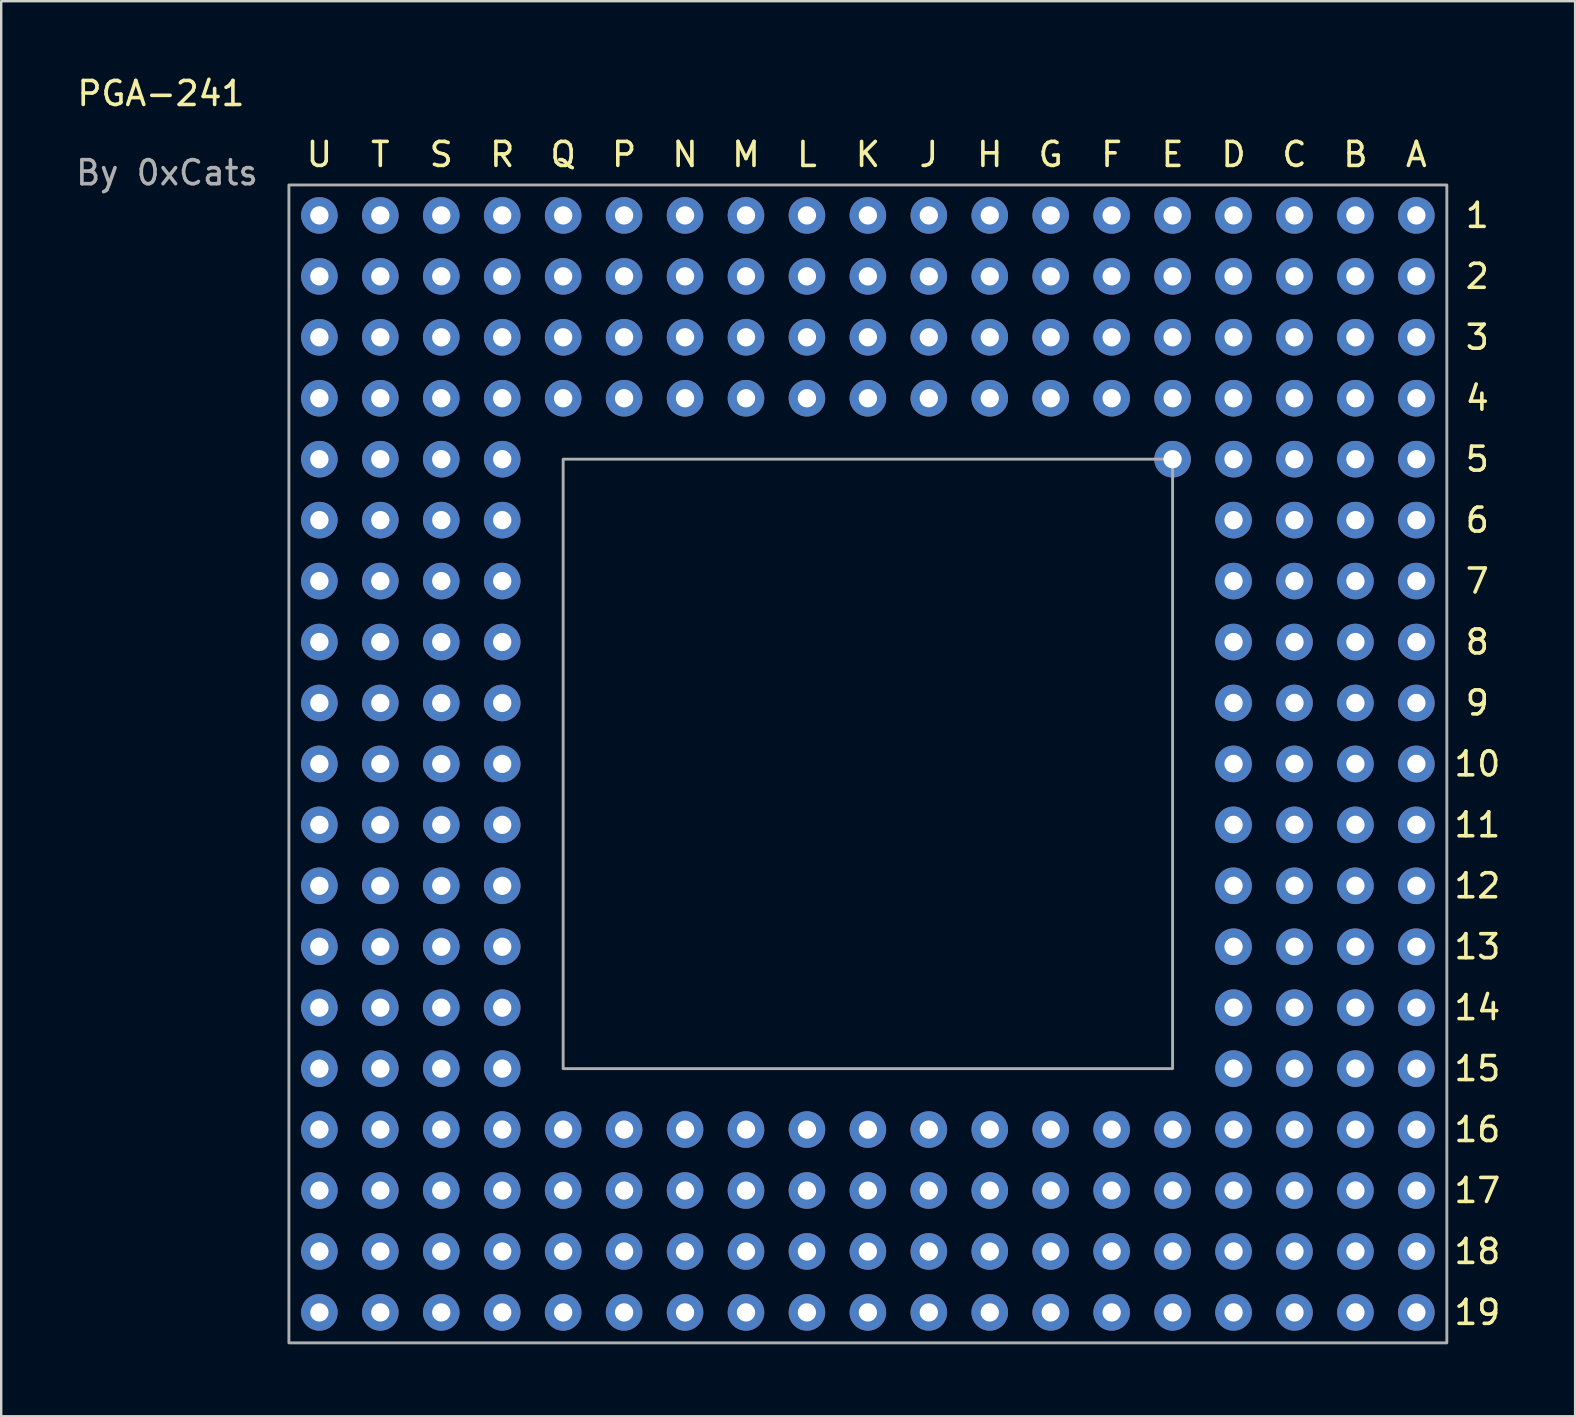
<source format=kicad_pcb>
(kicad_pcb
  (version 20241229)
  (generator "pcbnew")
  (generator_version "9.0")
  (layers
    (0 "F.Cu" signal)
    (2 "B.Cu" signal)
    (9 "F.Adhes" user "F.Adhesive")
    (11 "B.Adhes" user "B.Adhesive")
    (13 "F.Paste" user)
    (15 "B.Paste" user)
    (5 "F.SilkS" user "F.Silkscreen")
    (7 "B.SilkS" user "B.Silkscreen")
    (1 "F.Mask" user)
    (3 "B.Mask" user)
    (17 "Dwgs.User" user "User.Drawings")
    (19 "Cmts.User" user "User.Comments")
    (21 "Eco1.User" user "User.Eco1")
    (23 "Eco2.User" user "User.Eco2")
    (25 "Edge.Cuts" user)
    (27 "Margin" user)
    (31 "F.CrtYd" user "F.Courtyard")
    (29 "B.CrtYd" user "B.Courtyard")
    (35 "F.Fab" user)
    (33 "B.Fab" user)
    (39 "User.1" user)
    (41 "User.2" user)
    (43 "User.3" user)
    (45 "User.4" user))
  (footprint "PGA-241"
    (layer "F.Cu")
    (at 10.261 5.928)
    (property "Reference" "PGA-241" (at -6.604 -5.08 0) (unlocked yes) (layer "F.SilkS") (effects (font (size 1 1) (thickness 0.15))))
    (attr through_hole)
    (fp_rect (start -1.27 -1.27) (end 46.99 46.99) (stroke (width 0.12) (type solid)) (fill no) (layer "F.Fab"))
    (fp_rect (start 10.16 10.16) (end 35.56 35.56) (stroke (width 0.12) (type solid)) (fill no) (layer "F.Fab"))
    (fp_text user "A" (at 45.72 -2.54 0) (unlocked yes) (layer "F.SilkS") (effects (font (size 1 1) (thickness 0.15))))
    (fp_text user "B" (at 43.18 -2.54 0) (unlocked yes) (layer "F.SilkS") (effects (font (size 1 1) (thickness 0.15))))
    (fp_text user "T" (at 2.54 -2.54 0) (unlocked yes) (layer "F.SilkS") (effects (font (size 1 1) (thickness 0.15))))
    (fp_text user "13" (at 48.26 30.48 0) (unlocked yes) (layer "F.SilkS") (effects (font (size 1 1) (thickness 0.15))))
    (fp_text user "P" (at 12.7 -2.54 0) (unlocked yes) (layer "F.SilkS") (effects (font (size 1 1) (thickness 0.15))))
    (fp_text user "U" (at 0 -2.54 0) (unlocked yes) (layer "F.SilkS") (effects (font (size 1 1) (thickness 0.15))))
    (fp_text user "10" (at 48.26 22.86 0) (unlocked yes) (layer "F.SilkS") (effects (font (size 1 1) (thickness 0.15))))
    (fp_text user "M" (at 17.78 -2.54 0) (unlocked yes) (layer "F.SilkS") (effects (font (size 1 1) (thickness 0.15))))
    (fp_text user "18" (at 48.26 43.18 0) (unlocked yes) (layer "F.SilkS") (effects (font (size 1 1) (thickness 0.15))))
    (fp_text user "5" (at 48.26 10.16 0) (unlocked yes) (layer "F.SilkS") (effects (font (size 1 1) (thickness 0.15))))
    (fp_text user "6" (at 48.26 12.7 0) (unlocked yes) (layer "F.SilkS") (effects (font (size 1 1) (thickness 0.15))))
    (fp_text user "11" (at 48.26 25.4 0) (unlocked yes) (layer "F.SilkS") (effects (font (size 1 1) (thickness 0.15))))
    (fp_text user "2" (at 48.26 2.54 0) (unlocked yes) (layer "F.SilkS") (effects (font (size 1 1) (thickness 0.15))))
    (fp_text user "9" (at 48.26 20.32 0) (unlocked yes) (layer "F.SilkS") (effects (font (size 1 1) (thickness 0.15))))
    (fp_text user "K" (at 22.86 -2.54 0) (unlocked yes) (layer "F.SilkS") (effects (font (size 1 1) (thickness 0.15))))
    (fp_text user "3" (at 48.26 5.08 0) (unlocked yes) (layer "F.SilkS") (effects (font (size 1 1) (thickness 0.15))))
    (fp_text user "15" (at 48.26 35.56 0) (unlocked yes) (layer "F.SilkS") (effects (font (size 1 1) (thickness 0.15))))
    (fp_text user "17" (at 48.26 40.64 0) (unlocked yes) (layer "F.SilkS") (effects (font (size 1 1) (thickness 0.15))))
    (fp_text user "G" (at 30.48 -2.54 0) (unlocked yes) (layer "F.SilkS") (effects (font (size 1 1) (thickness 0.15))))
    (fp_text user "7" (at 48.26 15.24 0) (unlocked yes) (layer "F.SilkS") (effects (font (size 1 1) (thickness 0.15))))
    (fp_text user "F" (at 33.02 -2.54 0) (unlocked yes) (layer "F.SilkS") (effects (font (size 1 1) (thickness 0.15))))
    (fp_text user "1" (at 48.26 0 0) (unlocked yes) (layer "F.SilkS") (effects (font (size 1 1) (thickness 0.15))))
    (fp_text user "16" (at 48.26 38.1 0) (unlocked yes) (layer "F.SilkS") (effects (font (size 1 1) (thickness 0.15))))
    (fp_text user "12" (at 48.26 27.94 0) (unlocked yes) (layer "F.SilkS") (effects (font (size 1 1) (thickness 0.15))))
    (fp_text user "14" (at 48.26 33.02 0) (unlocked yes) (layer "F.SilkS") (effects (font (size 1 1) (thickness 0.15))))
    (fp_text user "D" (at 38.1 -2.54 0) (unlocked yes) (layer "F.SilkS") (effects (font (size 1 1) (thickness 0.15))))
    (fp_text user "19" (at 48.26 45.72 0) (unlocked yes) (layer "F.SilkS") (effects (font (size 1 1) (thickness 0.15))))
    (fp_text user "E" (at 35.56 -2.54 0) (unlocked yes) (layer "F.SilkS") (effects (font (size 1 1) (thickness 0.15))))
    (fp_text user "S" (at 5.08 -2.54 0) (unlocked yes) (layer "F.SilkS") (effects (font (size 1 1) (thickness 0.15))))
    (fp_text user "H" (at 27.94 -2.54 0) (unlocked yes) (layer "F.SilkS") (effects (font (size 1 1) (thickness 0.15))))
    (fp_text user "L" (at 20.32 -2.54 0) (unlocked yes) (layer "F.SilkS") (effects (font (size 1 1) (thickness 0.15))))
    (fp_text user "Q" (at 10.16 -2.54 0) (unlocked yes) (layer "F.SilkS") (effects (font (size 1 1) (thickness 0.15))))
    (fp_text user "4" (at 48.26 7.62 0) (unlocked yes) (layer "F.SilkS") (effects (font (size 1 1) (thickness 0.15))))
    (fp_text user "C" (at 40.64 -2.54 0) (unlocked yes) (layer "F.SilkS") (effects (font (size 1 1) (thickness 0.15))))
    (fp_text user "8" (at 48.26 17.78 0) (unlocked yes) (layer "F.SilkS") (effects (font (size 1 1) (thickness 0.15))))
    (fp_text user "J" (at 25.4 -2.54 0) (unlocked yes) (layer "F.SilkS") (effects (font (size 1 1) (thickness 0.15))))
    (fp_text user "N" (at 15.24 -2.54 0) (unlocked yes) (layer "F.SilkS") (effects (font (size 1 1) (thickness 0.15))))
    (fp_text user "R" (at 7.62 -2.54 0) (unlocked yes) (layer "F.SilkS") (effects (font (size 1 1) (thickness 0.15))))
    (fp_text user "By 0xCats" (at -6.35 -1.778 0) (unlocked yes) (layer "F.Fab") (effects (font (size 1 1) (thickness 0.15))))
    (pad "A1" thru_hole circle (at 45.72 0) (size 1.524 1.524) (drill 0.762) (layers "*.Cu" "*.Mask"))
    (pad "A2" thru_hole circle (at 45.72 2.54) (size 1.524 1.524) (drill 0.762) (layers "*.Cu" "*.Mask"))
    (pad "A3" thru_hole circle (at 45.72 5.08) (size 1.524 1.524) (drill 0.762) (layers "*.Cu" "*.Mask"))
    (pad "A4" thru_hole circle (at 45.72 7.62) (size 1.524 1.524) (drill 0.762) (layers "*.Cu" "*.Mask"))
    (pad "A5" thru_hole circle (at 45.72 10.16) (size 1.524 1.524) (drill 0.762) (layers "*.Cu" "*.Mask"))
    (pad "A6" thru_hole circle (at 45.72 12.7) (size 1.524 1.524) (drill 0.762) (layers "*.Cu" "*.Mask"))
    (pad "A7" thru_hole circle (at 45.72 15.24) (size 1.524 1.524) (drill 0.762) (layers "*.Cu" "*.Mask"))
    (pad "A8" thru_hole circle (at 45.72 17.78) (size 1.524 1.524) (drill 0.762) (layers "*.Cu" "*.Mask"))
    (pad "A9" thru_hole circle (at 45.72 20.32) (size 1.524 1.524) (drill 0.762) (layers "*.Cu" "*.Mask"))
    (pad "A10" thru_hole circle (at 45.72 22.86) (size 1.524 1.524) (drill 0.762) (layers "*.Cu" "*.Mask"))
    (pad "A11" thru_hole circle (at 45.72 25.4) (size 1.524 1.524) (drill 0.762) (layers "*.Cu" "*.Mask"))
    (pad "A12" thru_hole circle (at 45.72 27.94) (size 1.524 1.524) (drill 0.762) (layers "*.Cu" "*.Mask"))
    (pad "A13" thru_hole circle (at 45.72 30.48) (size 1.524 1.524) (drill 0.762) (layers "*.Cu" "*.Mask"))
    (pad "A14" thru_hole circle (at 45.72 33.02) (size 1.524 1.524) (drill 0.762) (layers "*.Cu" "*.Mask"))
    (pad "A15" thru_hole circle (at 45.72 35.56) (size 1.524 1.524) (drill 0.762) (layers "*.Cu" "*.Mask"))
    (pad "A16" thru_hole circle (at 45.72 38.1) (size 1.524 1.524) (drill 0.762) (layers "*.Cu" "*.Mask"))
    (pad "A17" thru_hole circle (at 45.72 40.64) (size 1.524 1.524) (drill 0.762) (layers "*.Cu" "*.Mask"))
    (pad "A18" thru_hole circle (at 45.72 43.18) (size 1.524 1.524) (drill 0.762) (layers "*.Cu" "*.Mask"))
    (pad "A19" thru_hole circle (at 45.72 45.72) (size 1.524 1.524) (drill 0.762) (layers "*.Cu" "*.Mask"))
    (pad "B1" thru_hole circle (at 43.18 0) (size 1.524 1.524) (drill 0.762) (layers "*.Cu" "*.Mask"))
    (pad "B2" thru_hole circle (at 43.18 2.54) (size 1.524 1.524) (drill 0.762) (layers "*.Cu" "*.Mask"))
    (pad "B3" thru_hole circle (at 43.18 5.08) (size 1.524 1.524) (drill 0.762) (layers "*.Cu" "*.Mask"))
    (pad "B4" thru_hole circle (at 43.18 7.62) (size 1.524 1.524) (drill 0.762) (layers "*.Cu" "*.Mask"))
    (pad "B5" thru_hole circle (at 43.18 10.16) (size 1.524 1.524) (drill 0.762) (layers "*.Cu" "*.Mask"))
    (pad "B6" thru_hole circle (at 43.18 12.7) (size 1.524 1.524) (drill 0.762) (layers "*.Cu" "*.Mask"))
    (pad "B7" thru_hole circle (at 43.18 15.24) (size 1.524 1.524) (drill 0.762) (layers "*.Cu" "*.Mask"))
    (pad "B8" thru_hole circle (at 43.18 17.78) (size 1.524 1.524) (drill 0.762) (layers "*.Cu" "*.Mask"))
    (pad "B9" thru_hole circle (at 43.18 20.32) (size 1.524 1.524) (drill 0.762) (layers "*.Cu" "*.Mask"))
    (pad "B10" thru_hole circle (at 43.18 22.86) (size 1.524 1.524) (drill 0.762) (layers "*.Cu" "*.Mask"))
    (pad "B11" thru_hole circle (at 43.18 25.4) (size 1.524 1.524) (drill 0.762) (layers "*.Cu" "*.Mask"))
    (pad "B12" thru_hole circle (at 43.18 27.94) (size 1.524 1.524) (drill 0.762) (layers "*.Cu" "*.Mask"))
    (pad "B13" thru_hole circle (at 43.18 30.48) (size 1.524 1.524) (drill 0.762) (layers "*.Cu" "*.Mask"))
    (pad "B14" thru_hole circle (at 43.18 33.02) (size 1.524 1.524) (drill 0.762) (layers "*.Cu" "*.Mask"))
    (pad "B15" thru_hole circle (at 43.18 35.56) (size 1.524 1.524) (drill 0.762) (layers "*.Cu" "*.Mask"))
    (pad "B16" thru_hole circle (at 43.18 38.1) (size 1.524 1.524) (drill 0.762) (layers "*.Cu" "*.Mask"))
    (pad "B17" thru_hole circle (at 43.18 40.64) (size 1.524 1.524) (drill 0.762) (layers "*.Cu" "*.Mask"))
    (pad "B18" thru_hole circle (at 43.18 43.18) (size 1.524 1.524) (drill 0.762) (layers "*.Cu" "*.Mask"))
    (pad "B19" thru_hole circle (at 43.18 45.72) (size 1.524 1.524) (drill 0.762) (layers "*.Cu" "*.Mask"))
    (pad "C1" thru_hole circle (at 40.64 0) (size 1.524 1.524) (drill 0.762) (layers "*.Cu" "*.Mask"))
    (pad "C2" thru_hole circle (at 40.64 2.54) (size 1.524 1.524) (drill 0.762) (layers "*.Cu" "*.Mask"))
    (pad "C3" thru_hole circle (at 40.64 5.08) (size 1.524 1.524) (drill 0.762) (layers "*.Cu" "*.Mask"))
    (pad "C4" thru_hole circle (at 40.64 7.62) (size 1.524 1.524) (drill 0.762) (layers "*.Cu" "*.Mask"))
    (pad "C5" thru_hole circle (at 40.64 10.16) (size 1.524 1.524) (drill 0.762) (layers "*.Cu" "*.Mask"))
    (pad "C6" thru_hole circle (at 40.64 12.7) (size 1.524 1.524) (drill 0.762) (layers "*.Cu" "*.Mask"))
    (pad "C7" thru_hole circle (at 40.64 15.24) (size 1.524 1.524) (drill 0.762) (layers "*.Cu" "*.Mask"))
    (pad "C8" thru_hole circle (at 40.64 17.78) (size 1.524 1.524) (drill 0.762) (layers "*.Cu" "*.Mask"))
    (pad "C9" thru_hole circle (at 40.64 20.32) (size 1.524 1.524) (drill 0.762) (layers "*.Cu" "*.Mask"))
    (pad "C10" thru_hole circle (at 40.64 22.86) (size 1.524 1.524) (drill 0.762) (layers "*.Cu" "*.Mask"))
    (pad "C11" thru_hole circle (at 40.64 25.4) (size 1.524 1.524) (drill 0.762) (layers "*.Cu" "*.Mask"))
    (pad "C12" thru_hole circle (at 40.64 27.94) (size 1.524 1.524) (drill 0.762) (layers "*.Cu" "*.Mask"))
    (pad "C13" thru_hole circle (at 40.64 30.48) (size 1.524 1.524) (drill 0.762) (layers "*.Cu" "*.Mask"))
    (pad "C14" thru_hole circle (at 40.64 33.02) (size 1.524 1.524) (drill 0.762) (layers "*.Cu" "*.Mask"))
    (pad "C15" thru_hole circle (at 40.64 35.56) (size 1.524 1.524) (drill 0.762) (layers "*.Cu" "*.Mask"))
    (pad "C16" thru_hole circle (at 40.64 38.1) (size 1.524 1.524) (drill 0.762) (layers "*.Cu" "*.Mask"))
    (pad "C17" thru_hole circle (at 40.64 40.64) (size 1.524 1.524) (drill 0.762) (layers "*.Cu" "*.Mask"))
    (pad "C18" thru_hole circle (at 40.64 43.18) (size 1.524 1.524) (drill 0.762) (layers "*.Cu" "*.Mask"))
    (pad "C19" thru_hole circle (at 40.64 45.72) (size 1.524 1.524) (drill 0.762) (layers "*.Cu" "*.Mask"))
    (pad "D1" thru_hole circle (at 38.1 0) (size 1.524 1.524) (drill 0.762) (layers "*.Cu" "*.Mask"))
    (pad "D2" thru_hole circle (at 38.1 2.54) (size 1.524 1.524) (drill 0.762) (layers "*.Cu" "*.Mask"))
    (pad "D3" thru_hole circle (at 38.1 5.08) (size 1.524 1.524) (drill 0.762) (layers "*.Cu" "*.Mask"))
    (pad "D4" thru_hole circle (at 38.1 7.62) (size 1.524 1.524) (drill 0.762) (layers "*.Cu" "*.Mask"))
    (pad "D5" thru_hole circle (at 38.1 10.16) (size 1.524 1.524) (drill 0.762) (layers "*.Cu" "*.Mask"))
    (pad "D6" thru_hole circle (at 38.1 12.7) (size 1.524 1.524) (drill 0.762) (layers "*.Cu" "*.Mask"))
    (pad "D7" thru_hole circle (at 38.1 15.24) (size 1.524 1.524) (drill 0.762) (layers "*.Cu" "*.Mask"))
    (pad "D8" thru_hole circle (at 38.1 17.78) (size 1.524 1.524) (drill 0.762) (layers "*.Cu" "*.Mask"))
    (pad "D9" thru_hole circle (at 38.1 20.32) (size 1.524 1.524) (drill 0.762) (layers "*.Cu" "*.Mask"))
    (pad "D10" thru_hole circle (at 38.1 22.86) (size 1.524 1.524) (drill 0.762) (layers "*.Cu" "*.Mask"))
    (pad "D11" thru_hole circle (at 38.1 25.4) (size 1.524 1.524) (drill 0.762) (layers "*.Cu" "*.Mask"))
    (pad "D12" thru_hole circle (at 38.1 27.94) (size 1.524 1.524) (drill 0.762) (layers "*.Cu" "*.Mask"))
    (pad "D13" thru_hole circle (at 38.1 30.48) (size 1.524 1.524) (drill 0.762) (layers "*.Cu" "*.Mask"))
    (pad "D14" thru_hole circle (at 38.1 33.02) (size 1.524 1.524) (drill 0.762) (layers "*.Cu" "*.Mask"))
    (pad "D15" thru_hole circle (at 38.1 35.56) (size 1.524 1.524) (drill 0.762) (layers "*.Cu" "*.Mask"))
    (pad "D16" thru_hole circle (at 38.1 38.1) (size 1.524 1.524) (drill 0.762) (layers "*.Cu" "*.Mask"))
    (pad "D17" thru_hole circle (at 38.1 40.64) (size 1.524 1.524) (drill 0.762) (layers "*.Cu" "*.Mask"))
    (pad "D18" thru_hole circle (at 38.1 43.18) (size 1.524 1.524) (drill 0.762) (layers "*.Cu" "*.Mask"))
    (pad "D19" thru_hole circle (at 38.1 45.72) (size 1.524 1.524) (drill 0.762) (layers "*.Cu" "*.Mask"))
    (pad "E1" thru_hole circle (at 35.56 0) (size 1.524 1.524) (drill 0.762) (layers "*.Cu" "*.Mask"))
    (pad "E2" thru_hole circle (at 35.56 2.54) (size 1.524 1.524) (drill 0.762) (layers "*.Cu" "*.Mask"))
    (pad "E3" thru_hole circle (at 35.56 5.08) (size 1.524 1.524) (drill 0.762) (layers "*.Cu" "*.Mask"))
    (pad "E4" thru_hole circle (at 35.56 7.62) (size 1.524 1.524) (drill 0.762) (layers "*.Cu" "*.Mask"))
    (pad "E5" thru_hole circle (at 35.56 10.16) (size 1.524 1.524) (drill 0.762) (layers "*.Cu" "*.Mask"))
    (pad "E16" thru_hole circle (at 35.56 38.1) (size 1.524 1.524) (drill 0.762) (layers "*.Cu" "*.Mask"))
    (pad "E17" thru_hole circle (at 35.56 40.64) (size 1.524 1.524) (drill 0.762) (layers "*.Cu" "*.Mask"))
    (pad "E18" thru_hole circle (at 35.56 43.18) (size 1.524 1.524) (drill 0.762) (layers "*.Cu" "*.Mask"))
    (pad "E19" thru_hole circle (at 35.56 45.72) (size 1.524 1.524) (drill 0.762) (layers "*.Cu" "*.Mask"))
    (pad "F1" thru_hole circle (at 33.02 0) (size 1.524 1.524) (drill 0.762) (layers "*.Cu" "*.Mask"))
    (pad "F2" thru_hole circle (at 33.02 2.54) (size 1.524 1.524) (drill 0.762) (layers "*.Cu" "*.Mask"))
    (pad "F3" thru_hole circle (at 33.02 5.08) (size 1.524 1.524) (drill 0.762) (layers "*.Cu" "*.Mask"))
    (pad "F4" thru_hole circle (at 33.02 7.62) (size 1.524 1.524) (drill 0.762) (layers "*.Cu" "*.Mask"))
    (pad "F16" thru_hole circle (at 33.02 38.1) (size 1.524 1.524) (drill 0.762) (layers "*.Cu" "*.Mask"))
    (pad "F17" thru_hole circle (at 33.02 40.64) (size 1.524 1.524) (drill 0.762) (layers "*.Cu" "*.Mask"))
    (pad "F18" thru_hole circle (at 33.02 43.18) (size 1.524 1.524) (drill 0.762) (layers "*.Cu" "*.Mask"))
    (pad "F19" thru_hole circle (at 33.02 45.72) (size 1.524 1.524) (drill 0.762) (layers "*.Cu" "*.Mask"))
    (pad "G1" thru_hole circle (at 30.48 0) (size 1.524 1.524) (drill 0.762) (layers "*.Cu" "*.Mask"))
    (pad "G2" thru_hole circle (at 30.48 2.54) (size 1.524 1.524) (drill 0.762) (layers "*.Cu" "*.Mask"))
    (pad "G3" thru_hole circle (at 30.48 5.08) (size 1.524 1.524) (drill 0.762) (layers "*.Cu" "*.Mask"))
    (pad "G4" thru_hole circle (at 30.48 7.62) (size 1.524 1.524) (drill 0.762) (layers "*.Cu" "*.Mask"))
    (pad "G16" thru_hole circle (at 30.48 38.1) (size 1.524 1.524) (drill 0.762) (layers "*.Cu" "*.Mask"))
    (pad "G17" thru_hole circle (at 30.48 40.64) (size 1.524 1.524) (drill 0.762) (layers "*.Cu" "*.Mask"))
    (pad "G18" thru_hole circle (at 30.48 43.18) (size 1.524 1.524) (drill 0.762) (layers "*.Cu" "*.Mask"))
    (pad "G19" thru_hole circle (at 30.48 45.72) (size 1.524 1.524) (drill 0.762) (layers "*.Cu" "*.Mask"))
    (pad "H1" thru_hole circle (at 27.94 0) (size 1.524 1.524) (drill 0.762) (layers "*.Cu" "*.Mask"))
    (pad "H2" thru_hole circle (at 27.94 2.54) (size 1.524 1.524) (drill 0.762) (layers "*.Cu" "*.Mask"))
    (pad "H3" thru_hole circle (at 27.94 5.08) (size 1.524 1.524) (drill 0.762) (layers "*.Cu" "*.Mask"))
    (pad "H4" thru_hole circle (at 27.94 7.62) (size 1.524 1.524) (drill 0.762) (layers "*.Cu" "*.Mask"))
    (pad "H16" thru_hole circle (at 27.94 38.1) (size 1.524 1.524) (drill 0.762) (layers "*.Cu" "*.Mask"))
    (pad "H17" thru_hole circle (at 27.94 40.64) (size 1.524 1.524) (drill 0.762) (layers "*.Cu" "*.Mask"))
    (pad "H18" thru_hole circle (at 27.94 43.18) (size 1.524 1.524) (drill 0.762) (layers "*.Cu" "*.Mask"))
    (pad "H19" thru_hole circle (at 27.94 45.72) (size 1.524 1.524) (drill 0.762) (layers "*.Cu" "*.Mask"))
    (pad "J1" thru_hole circle (at 25.4 0) (size 1.524 1.524) (drill 0.762) (layers "*.Cu" "*.Mask"))
    (pad "J2" thru_hole circle (at 25.4 2.54) (size 1.524 1.524) (drill 0.762) (layers "*.Cu" "*.Mask"))
    (pad "J3" thru_hole circle (at 25.4 5.08) (size 1.524 1.524) (drill 0.762) (layers "*.Cu" "*.Mask"))
    (pad "J4" thru_hole circle (at 25.4 7.62) (size 1.524 1.524) (drill 0.762) (layers "*.Cu" "*.Mask"))
    (pad "J16" thru_hole circle (at 25.4 38.1) (size 1.524 1.524) (drill 0.762) (layers "*.Cu" "*.Mask"))
    (pad "J17" thru_hole circle (at 25.4 40.64) (size 1.524 1.524) (drill 0.762) (layers "*.Cu" "*.Mask"))
    (pad "J18" thru_hole circle (at 25.4 43.18) (size 1.524 1.524) (drill 0.762) (layers "*.Cu" "*.Mask"))
    (pad "J19" thru_hole circle (at 25.4 45.72) (size 1.524 1.524) (drill 0.762) (layers "*.Cu" "*.Mask"))
    (pad "K1" thru_hole circle (at 22.86 0) (size 1.524 1.524) (drill 0.762) (layers "*.Cu" "*.Mask"))
    (pad "K2" thru_hole circle (at 22.86 2.54) (size 1.524 1.524) (drill 0.762) (layers "*.Cu" "*.Mask"))
    (pad "K3" thru_hole circle (at 22.86 5.08) (size 1.524 1.524) (drill 0.762) (layers "*.Cu" "*.Mask"))
    (pad "K4" thru_hole circle (at 22.86 7.62) (size 1.524 1.524) (drill 0.762) (layers "*.Cu" "*.Mask"))
    (pad "K16" thru_hole circle (at 22.86 38.1) (size 1.524 1.524) (drill 0.762) (layers "*.Cu" "*.Mask"))
    (pad "K17" thru_hole circle (at 22.86 40.64) (size 1.524 1.524) (drill 0.762) (layers "*.Cu" "*.Mask"))
    (pad "K18" thru_hole circle (at 22.86 43.18) (size 1.524 1.524) (drill 0.762) (layers "*.Cu" "*.Mask"))
    (pad "K19" thru_hole circle (at 22.86 45.72) (size 1.524 1.524) (drill 0.762) (layers "*.Cu" "*.Mask"))
    (pad "L1" thru_hole circle (at 20.32 0) (size 1.524 1.524) (drill 0.762) (layers "*.Cu" "*.Mask"))
    (pad "L2" thru_hole circle (at 20.32 2.54) (size 1.524 1.524) (drill 0.762) (layers "*.Cu" "*.Mask"))
    (pad "L3" thru_hole circle (at 20.32 5.08) (size 1.524 1.524) (drill 0.762) (layers "*.Cu" "*.Mask"))
    (pad "L4" thru_hole circle (at 20.32 7.62) (size 1.524 1.524) (drill 0.762) (layers "*.Cu" "*.Mask"))
    (pad "L16" thru_hole circle (at 20.32 38.1) (size 1.524 1.524) (drill 0.762) (layers "*.Cu" "*.Mask"))
    (pad "L17" thru_hole circle (at 20.32 40.64) (size 1.524 1.524) (drill 0.762) (layers "*.Cu" "*.Mask"))
    (pad "L18" thru_hole circle (at 20.32 43.18) (size 1.524 1.524) (drill 0.762) (layers "*.Cu" "*.Mask"))
    (pad "L19" thru_hole circle (at 20.32 45.72) (size 1.524 1.524) (drill 0.762) (layers "*.Cu" "*.Mask"))
    (pad "M1" thru_hole circle (at 17.78 0) (size 1.524 1.524) (drill 0.762) (layers "*.Cu" "*.Mask"))
    (pad "M2" thru_hole circle (at 17.78 2.54) (size 1.524 1.524) (drill 0.762) (layers "*.Cu" "*.Mask"))
    (pad "M3" thru_hole circle (at 17.78 5.08) (size 1.524 1.524) (drill 0.762) (layers "*.Cu" "*.Mask"))
    (pad "M4" thru_hole circle (at 17.78 7.62) (size 1.524 1.524) (drill 0.762) (layers "*.Cu" "*.Mask"))
    (pad "M16" thru_hole circle (at 17.78 38.1) (size 1.524 1.524) (drill 0.762) (layers "*.Cu" "*.Mask"))
    (pad "M17" thru_hole circle (at 17.78 40.64) (size 1.524 1.524) (drill 0.762) (layers "*.Cu" "*.Mask"))
    (pad "M18" thru_hole circle (at 17.78 43.18) (size 1.524 1.524) (drill 0.762) (layers "*.Cu" "*.Mask"))
    (pad "M19" thru_hole circle (at 17.78 45.72) (size 1.524 1.524) (drill 0.762) (layers "*.Cu" "*.Mask"))
    (pad "N1" thru_hole circle (at 15.24 0) (size 1.524 1.524) (drill 0.762) (layers "*.Cu" "*.Mask"))
    (pad "N2" thru_hole circle (at 15.24 2.54) (size 1.524 1.524) (drill 0.762) (layers "*.Cu" "*.Mask"))
    (pad "N3" thru_hole circle (at 15.24 5.08) (size 1.524 1.524) (drill 0.762) (layers "*.Cu" "*.Mask"))
    (pad "N4" thru_hole circle (at 15.24 7.62) (size 1.524 1.524) (drill 0.762) (layers "*.Cu" "*.Mask"))
    (pad "N16" thru_hole circle (at 15.24 38.1) (size 1.524 1.524) (drill 0.762) (layers "*.Cu" "*.Mask"))
    (pad "N17" thru_hole circle (at 15.24 40.64) (size 1.524 1.524) (drill 0.762) (layers "*.Cu" "*.Mask"))
    (pad "N18" thru_hole circle (at 15.24 43.18) (size 1.524 1.524) (drill 0.762) (layers "*.Cu" "*.Mask"))
    (pad "N19" thru_hole circle (at 15.24 45.72) (size 1.524 1.524) (drill 0.762) (layers "*.Cu" "*.Mask"))
    (pad "P1" thru_hole circle (at 12.7 0) (size 1.524 1.524) (drill 0.762) (layers "*.Cu" "*.Mask"))
    (pad "P2" thru_hole circle (at 12.7 2.54) (size 1.524 1.524) (drill 0.762) (layers "*.Cu" "*.Mask"))
    (pad "P3" thru_hole circle (at 12.7 5.08) (size 1.524 1.524) (drill 0.762) (layers "*.Cu" "*.Mask"))
    (pad "P4" thru_hole circle (at 12.7 7.62) (size 1.524 1.524) (drill 0.762) (layers "*.Cu" "*.Mask"))
    (pad "P16" thru_hole circle (at 12.7 38.1) (size 1.524 1.524) (drill 0.762) (layers "*.Cu" "*.Mask"))
    (pad "P17" thru_hole circle (at 12.7 40.64) (size 1.524 1.524) (drill 0.762) (layers "*.Cu" "*.Mask"))
    (pad "P18" thru_hole circle (at 12.7 43.18) (size 1.524 1.524) (drill 0.762) (layers "*.Cu" "*.Mask"))
    (pad "P19" thru_hole circle (at 12.7 45.72) (size 1.524 1.524) (drill 0.762) (layers "*.Cu" "*.Mask"))
    (pad "Q1" thru_hole circle (at 10.16 0) (size 1.524 1.524) (drill 0.762) (layers "*.Cu" "*.Mask"))
    (pad "Q2" thru_hole circle (at 10.16 2.54) (size 1.524 1.524) (drill 0.762) (layers "*.Cu" "*.Mask"))
    (pad "Q3" thru_hole circle (at 10.16 5.08) (size 1.524 1.524) (drill 0.762) (layers "*.Cu" "*.Mask"))
    (pad "Q4" thru_hole circle (at 10.16 7.62) (size 1.524 1.524) (drill 0.762) (layers "*.Cu" "*.Mask"))
    (pad "Q16" thru_hole circle (at 10.16 38.1) (size 1.524 1.524) (drill 0.762) (layers "*.Cu" "*.Mask"))
    (pad "Q17" thru_hole circle (at 10.16 40.64) (size 1.524 1.524) (drill 0.762) (layers "*.Cu" "*.Mask"))
    (pad "Q18" thru_hole circle (at 10.16 43.18) (size 1.524 1.524) (drill 0.762) (layers "*.Cu" "*.Mask"))
    (pad "Q19" thru_hole circle (at 10.16 45.72) (size 1.524 1.524) (drill 0.762) (layers "*.Cu" "*.Mask"))
    (pad "R1" thru_hole circle (at 7.62 0) (size 1.524 1.524) (drill 0.762) (layers "*.Cu" "*.Mask"))
    (pad "R2" thru_hole circle (at 7.62 2.54) (size 1.524 1.524) (drill 0.762) (layers "*.Cu" "*.Mask"))
    (pad "R3" thru_hole circle (at 7.62 5.08) (size 1.524 1.524) (drill 0.762) (layers "*.Cu" "*.Mask"))
    (pad "R4" thru_hole circle (at 7.62 7.62) (size 1.524 1.524) (drill 0.762) (layers "*.Cu" "*.Mask"))
    (pad "R5" thru_hole circle (at 7.62 10.16) (size 1.524 1.524) (drill 0.762) (layers "*.Cu" "*.Mask"))
    (pad "R6" thru_hole circle (at 7.62 12.7) (size 1.524 1.524) (drill 0.762) (layers "*.Cu" "*.Mask"))
    (pad "R7" thru_hole circle (at 7.62 15.24) (size 1.524 1.524) (drill 0.762) (layers "*.Cu" "*.Mask"))
    (pad "R8" thru_hole circle (at 7.62 17.78) (size 1.524 1.524) (drill 0.762) (layers "*.Cu" "*.Mask"))
    (pad "R9" thru_hole circle (at 7.62 20.32) (size 1.524 1.524) (drill 0.762) (layers "*.Cu" "*.Mask"))
    (pad "R10" thru_hole circle (at 7.62 22.86) (size 1.524 1.524) (drill 0.762) (layers "*.Cu" "*.Mask"))
    (pad "R11" thru_hole circle (at 7.62 25.4) (size 1.524 1.524) (drill 0.762) (layers "*.Cu" "*.Mask"))
    (pad "R12" thru_hole circle (at 7.62 27.94) (size 1.524 1.524) (drill 0.762) (layers "*.Cu" "*.Mask"))
    (pad "R13" thru_hole circle (at 7.62 30.48) (size 1.524 1.524) (drill 0.762) (layers "*.Cu" "*.Mask"))
    (pad "R14" thru_hole circle (at 7.62 33.02) (size 1.524 1.524) (drill 0.762) (layers "*.Cu" "*.Mask"))
    (pad "R15" thru_hole circle (at 7.62 35.56) (size 1.524 1.524) (drill 0.762) (layers "*.Cu" "*.Mask"))
    (pad "R16" thru_hole circle (at 7.62 38.1) (size 1.524 1.524) (drill 0.762) (layers "*.Cu" "*.Mask"))
    (pad "R17" thru_hole circle (at 7.62 40.64) (size 1.524 1.524) (drill 0.762) (layers "*.Cu" "*.Mask"))
    (pad "R18" thru_hole circle (at 7.62 43.18) (size 1.524 1.524) (drill 0.762) (layers "*.Cu" "*.Mask"))
    (pad "R19" thru_hole circle (at 7.62 45.72) (size 1.524 1.524) (drill 0.762) (layers "*.Cu" "*.Mask"))
    (pad "S1" thru_hole circle (at 5.08 0) (size 1.524 1.524) (drill 0.762) (layers "*.Cu" "*.Mask"))
    (pad "S2" thru_hole circle (at 5.08 2.54) (size 1.524 1.524) (drill 0.762) (layers "*.Cu" "*.Mask"))
    (pad "S3" thru_hole circle (at 5.08 5.08) (size 1.524 1.524) (drill 0.762) (layers "*.Cu" "*.Mask"))
    (pad "S4" thru_hole circle (at 5.08 7.62) (size 1.524 1.524) (drill 0.762) (layers "*.Cu" "*.Mask"))
    (pad "S5" thru_hole circle (at 5.08 10.16) (size 1.524 1.524) (drill 0.762) (layers "*.Cu" "*.Mask"))
    (pad "S6" thru_hole circle (at 5.08 12.7) (size 1.524 1.524) (drill 0.762) (layers "*.Cu" "*.Mask"))
    (pad "S7" thru_hole circle (at 5.08 15.24) (size 1.524 1.524) (drill 0.762) (layers "*.Cu" "*.Mask"))
    (pad "S8" thru_hole circle (at 5.08 17.78) (size 1.524 1.524) (drill 0.762) (layers "*.Cu" "*.Mask"))
    (pad "S9" thru_hole circle (at 5.08 20.32) (size 1.524 1.524) (drill 0.762) (layers "*.Cu" "*.Mask"))
    (pad "S10" thru_hole circle (at 5.08 22.86) (size 1.524 1.524) (drill 0.762) (layers "*.Cu" "*.Mask"))
    (pad "S11" thru_hole circle (at 5.08 25.4) (size 1.524 1.524) (drill 0.762) (layers "*.Cu" "*.Mask"))
    (pad "S12" thru_hole circle (at 5.08 27.94) (size 1.524 1.524) (drill 0.762) (layers "*.Cu" "*.Mask"))
    (pad "S13" thru_hole circle (at 5.08 30.48) (size 1.524 1.524) (drill 0.762) (layers "*.Cu" "*.Mask"))
    (pad "S14" thru_hole circle (at 5.08 33.02) (size 1.524 1.524) (drill 0.762) (layers "*.Cu" "*.Mask"))
    (pad "S15" thru_hole circle (at 5.08 35.56) (size 1.524 1.524) (drill 0.762) (layers "*.Cu" "*.Mask"))
    (pad "S16" thru_hole circle (at 5.08 38.1) (size 1.524 1.524) (drill 0.762) (layers "*.Cu" "*.Mask"))
    (pad "S17" thru_hole circle (at 5.08 40.64) (size 1.524 1.524) (drill 0.762) (layers "*.Cu" "*.Mask"))
    (pad "S18" thru_hole circle (at 5.08 43.18) (size 1.524 1.524) (drill 0.762) (layers "*.Cu" "*.Mask"))
    (pad "S19" thru_hole circle (at 5.08 45.72) (size 1.524 1.524) (drill 0.762) (layers "*.Cu" "*.Mask"))
    (pad "T1" thru_hole circle (at 2.54 0) (size 1.524 1.524) (drill 0.762) (layers "*.Cu" "*.Mask"))
    (pad "T2" thru_hole circle (at 2.54 2.54) (size 1.524 1.524) (drill 0.762) (layers "*.Cu" "*.Mask"))
    (pad "T3" thru_hole circle (at 2.54 5.08) (size 1.524 1.524) (drill 0.762) (layers "*.Cu" "*.Mask"))
    (pad "T4" thru_hole circle (at 2.54 7.62) (size 1.524 1.524) (drill 0.762) (layers "*.Cu" "*.Mask"))
    (pad "T5" thru_hole circle (at 2.54 10.16) (size 1.524 1.524) (drill 0.762) (layers "*.Cu" "*.Mask"))
    (pad "T6" thru_hole circle (at 2.54 12.7) (size 1.524 1.524) (drill 0.762) (layers "*.Cu" "*.Mask"))
    (pad "T7" thru_hole circle (at 2.54 15.24) (size 1.524 1.524) (drill 0.762) (layers "*.Cu" "*.Mask"))
    (pad "T8" thru_hole circle (at 2.54 17.78) (size 1.524 1.524) (drill 0.762) (layers "*.Cu" "*.Mask"))
    (pad "T9" thru_hole circle (at 2.54 20.32) (size 1.524 1.524) (drill 0.762) (layers "*.Cu" "*.Mask"))
    (pad "T10" thru_hole circle (at 2.54 22.86) (size 1.524 1.524) (drill 0.762) (layers "*.Cu" "*.Mask"))
    (pad "T11" thru_hole circle (at 2.54 25.4) (size 1.524 1.524) (drill 0.762) (layers "*.Cu" "*.Mask"))
    (pad "T12" thru_hole circle (at 2.54 27.94) (size 1.524 1.524) (drill 0.762) (layers "*.Cu" "*.Mask"))
    (pad "T13" thru_hole circle (at 2.54 30.48) (size 1.524 1.524) (drill 0.762) (layers "*.Cu" "*.Mask"))
    (pad "T14" thru_hole circle (at 2.54 33.02) (size 1.524 1.524) (drill 0.762) (layers "*.Cu" "*.Mask"))
    (pad "T15" thru_hole circle (at 2.54 35.56) (size 1.524 1.524) (drill 0.762) (layers "*.Cu" "*.Mask"))
    (pad "T16" thru_hole circle (at 2.54 38.1) (size 1.524 1.524) (drill 0.762) (layers "*.Cu" "*.Mask"))
    (pad "T17" thru_hole circle (at 2.54 40.64) (size 1.524 1.524) (drill 0.762) (layers "*.Cu" "*.Mask"))
    (pad "T18" thru_hole circle (at 2.54 43.18) (size 1.524 1.524) (drill 0.762) (layers "*.Cu" "*.Mask"))
    (pad "T19" thru_hole circle (at 2.54 45.72) (size 1.524 1.524) (drill 0.762) (layers "*.Cu" "*.Mask"))
    (pad "U1" thru_hole circle (at 0 0) (size 1.524 1.524) (drill 0.762) (layers "*.Cu" "*.Mask"))
    (pad "U2" thru_hole circle (at 0 2.54) (size 1.524 1.524) (drill 0.762) (layers "*.Cu" "*.Mask"))
    (pad "U3" thru_hole circle (at 0 5.08) (size 1.524 1.524) (drill 0.762) (layers "*.Cu" "*.Mask"))
    (pad "U4" thru_hole circle (at 0 7.62) (size 1.524 1.524) (drill 0.762) (layers "*.Cu" "*.Mask"))
    (pad "U5" thru_hole circle (at 0 10.16) (size 1.524 1.524) (drill 0.762) (layers "*.Cu" "*.Mask"))
    (pad "U6" thru_hole circle (at 0 12.7) (size 1.524 1.524) (drill 0.762) (layers "*.Cu" "*.Mask"))
    (pad "U7" thru_hole circle (at 0 15.24) (size 1.524 1.524) (drill 0.762) (layers "*.Cu" "*.Mask"))
    (pad "U8" thru_hole circle (at 0 17.78) (size 1.524 1.524) (drill 0.762) (layers "*.Cu" "*.Mask"))
    (pad "U9" thru_hole circle (at 0 20.32) (size 1.524 1.524) (drill 0.762) (layers "*.Cu" "*.Mask"))
    (pad "U10" thru_hole circle (at 0 22.86) (size 1.524 1.524) (drill 0.762) (layers "*.Cu" "*.Mask"))
    (pad "U11" thru_hole circle (at 0 25.4) (size 1.524 1.524) (drill 0.762) (layers "*.Cu" "*.Mask"))
    (pad "U12" thru_hole circle (at 0 27.94) (size 1.524 1.524) (drill 0.762) (layers "*.Cu" "*.Mask"))
    (pad "U13" thru_hole circle (at 0 30.48) (size 1.524 1.524) (drill 0.762) (layers "*.Cu" "*.Mask"))
    (pad "U14" thru_hole circle (at 0 33.02) (size 1.524 1.524) (drill 0.762) (layers "*.Cu" "*.Mask"))
    (pad "U15" thru_hole circle (at 0 35.56) (size 1.524 1.524) (drill 0.762) (layers "*.Cu" "*.Mask"))
    (pad "U16" thru_hole circle (at 0 38.1) (size 1.524 1.524) (drill 0.762) (layers "*.Cu" "*.Mask"))
    (pad "U17" thru_hole circle (at 0 40.64) (size 1.524 1.524) (drill 0.762) (layers "*.Cu" "*.Mask"))
    (pad "U18" thru_hole circle (at 0 43.18) (size 1.524 1.524) (drill 0.762) (layers "*.Cu" "*.Mask"))
    (pad "U19" thru_hole circle (at 0 45.72) (size 1.524 1.524) (drill 0.762) (layers "*.Cu" "*.Mask"))
    (zone (net_name "") (layer "F.Cu") (hatch full 0.508) (connect_pads) (min_thickness 0.254) (filled_areas_thickness no) (keepout (tracks allowed) (vias allowed) (pads not_allowed) (copperpour allowed) (footprints not_allowed)) (placement (enabled no)) (fill) (polygon (pts (xy 8.991 4.658) (xy 57.251 4.658) (xy 57.251 52.918) (xy 8.991 52.918))) (polygon (pts (xy 45.821 18.628) (xy 43.281 16.088) (xy 20.421 16.088) (xy 20.421 41.488) (xy 45.821 41.488)))))
  (gr_rect
    (start -3 -3)
    (end 62.598 55.978)
    (stroke (width 0.1) (type default))
    (fill no)
    (layer "Edge.Cuts")))
</source>
